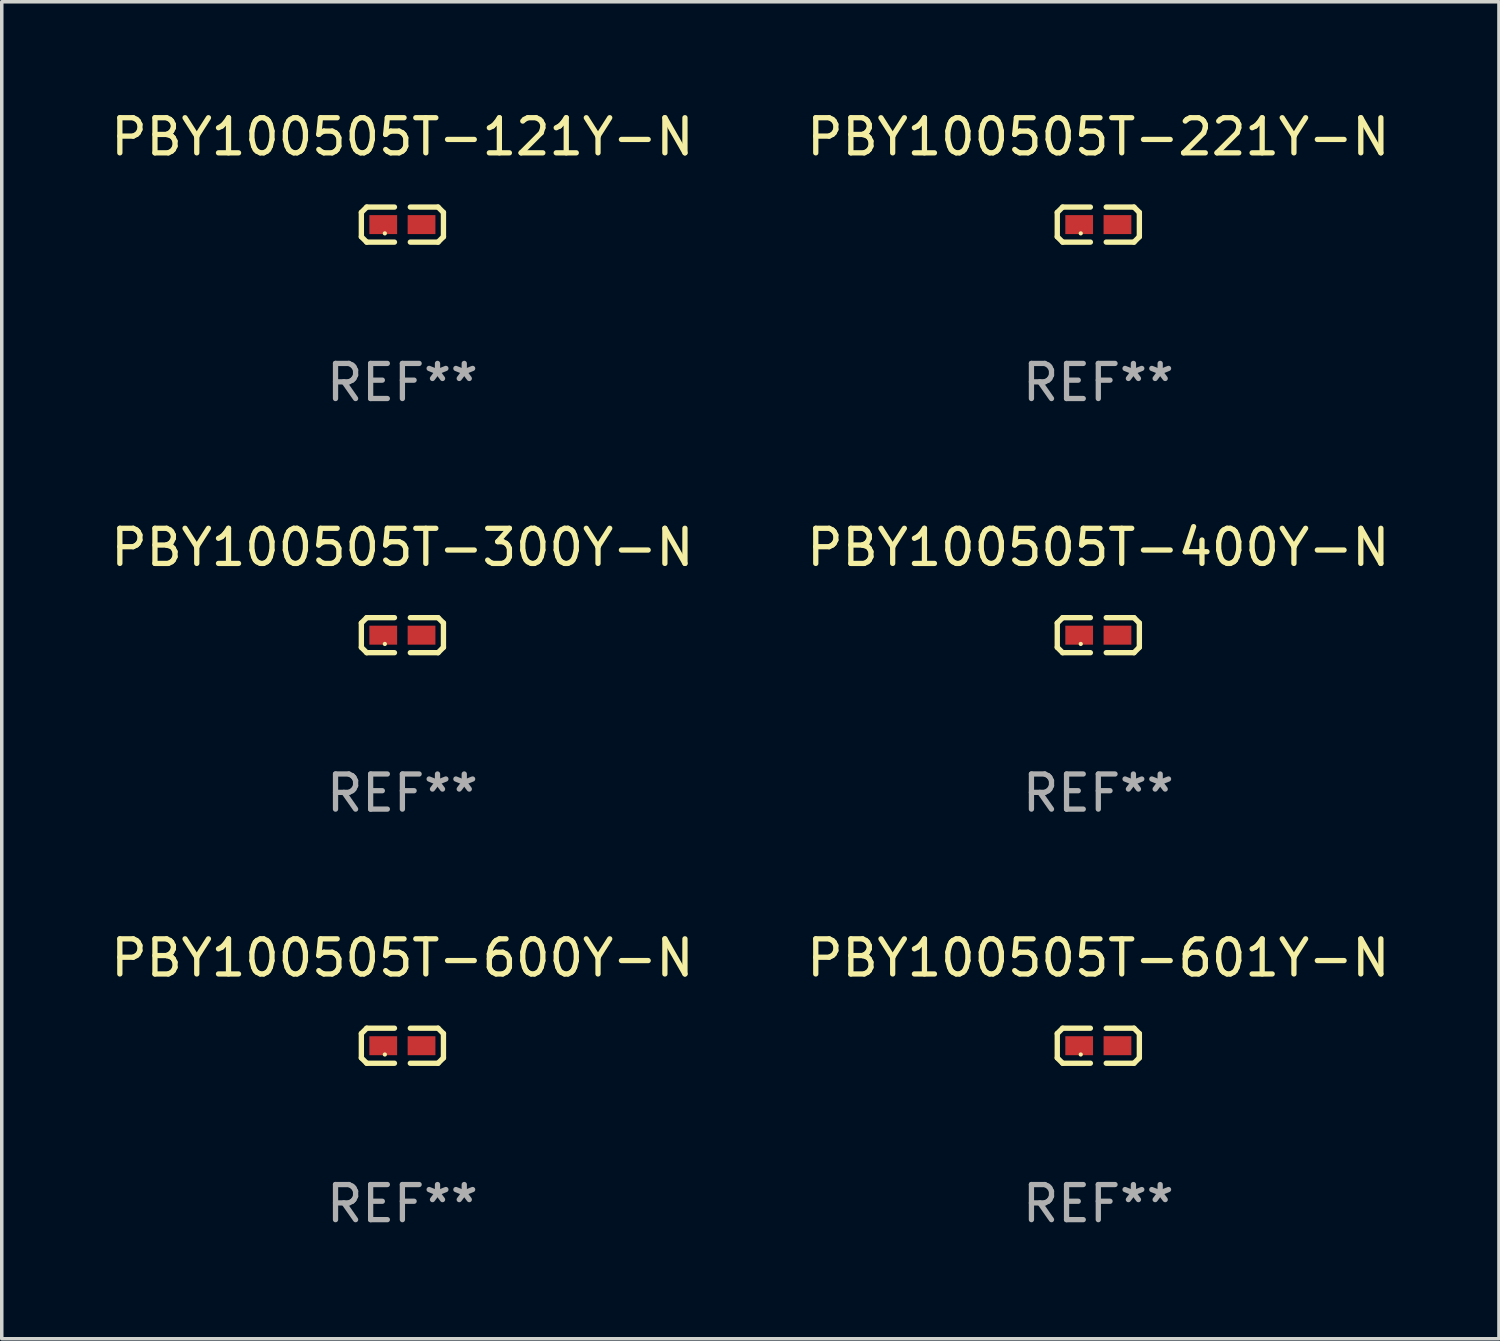
<source format=kicad_pcb>
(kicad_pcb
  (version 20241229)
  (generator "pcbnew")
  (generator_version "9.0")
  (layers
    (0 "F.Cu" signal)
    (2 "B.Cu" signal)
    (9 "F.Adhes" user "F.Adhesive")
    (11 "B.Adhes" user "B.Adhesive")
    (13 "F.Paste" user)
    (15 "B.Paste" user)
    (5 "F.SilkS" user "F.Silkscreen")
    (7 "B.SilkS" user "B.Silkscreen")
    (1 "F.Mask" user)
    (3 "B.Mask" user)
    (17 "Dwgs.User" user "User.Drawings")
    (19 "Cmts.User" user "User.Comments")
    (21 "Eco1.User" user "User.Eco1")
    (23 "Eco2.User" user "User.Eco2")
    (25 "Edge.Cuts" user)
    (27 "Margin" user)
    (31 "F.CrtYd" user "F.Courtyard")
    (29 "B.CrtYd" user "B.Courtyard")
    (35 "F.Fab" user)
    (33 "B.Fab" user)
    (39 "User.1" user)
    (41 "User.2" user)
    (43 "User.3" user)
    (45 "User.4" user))
  (footprint "PBY100505T-121Y-N"
    (layer "F.Cu")
    (at 8.411 3.347)
    (property "Reference" "PBY100505T-121Y-N" (at 0 -2.499 0) (layer "F.SilkS") (effects (font (size 1 1) (thickness 0.15))))
    (attr through_hole)
    (fp_line (start -1.169 -0.346) (end -1.016 -0.499) (stroke (width 0.152) (type solid)) (layer "F.SilkS"))
    (fp_line (start -1.169 0.346) (end -1.169 -0.346) (stroke (width 0.152) (type solid)) (layer "F.SilkS"))
    (fp_line (start -1.016 -0.499) (end -0.226 -0.499) (stroke (width 0.152) (type solid)) (layer "F.SilkS"))
    (fp_line (start -1.016 0.499) (end -1.169 0.346) (stroke (width 0.152) (type solid)) (layer "F.SilkS"))
    (fp_line (start -0.226 0.499) (end -1.016 0.499) (stroke (width 0.152) (type solid)) (layer "F.SilkS"))
    (fp_line (start 0.226 0.499) (end 1.016 0.499) (stroke (width 0.152) (type solid)) (layer "F.SilkS"))
    (fp_line (start 1.016 -0.499) (end 0.226 -0.499) (stroke (width 0.152) (type solid)) (layer "F.SilkS"))
    (fp_line (start 1.016 0.499) (end 1.169 0.346) (stroke (width 0.152) (type solid)) (layer "F.SilkS"))
    (fp_line (start 1.169 -0.346) (end 1.016 -0.499) (stroke (width 0.152) (type solid)) (layer "F.SilkS"))
    (fp_line (start 1.169 0.346) (end 1.169 -0.346) (stroke (width 0.152) (type solid)) (layer "F.SilkS"))
    (fp_circle (center -0.5 0.25) (end -0.47 0.25) (stroke (width 0.06) (type solid)) (fill no) (layer "F.SilkS"))
    (fp_text user "REF**" (at 0 4.499 0) (layer "F.Fab") (effects (font (size 1 1) (thickness 0.15))))
    (pad "1" smd rect (at -0.545 0) (size 0.79 0.54) (layers "F.Cu" "F.Mask" "F.Paste"))
    (pad "2" smd rect (at 0.545 0) (size 0.79 0.54) (layers "F.Cu" "F.Mask" "F.Paste")))
  (footprint "PBY100505T-221Y-N"
    (layer "F.Cu")
    (at 28.232 3.347)
    (property "Reference" "PBY100505T-221Y-N" (at 0 -2.499 0) (layer "F.SilkS") (effects (font (size 1 1) (thickness 0.15))))
    (attr through_hole)
    (fp_line (start -1.169 -0.346) (end -1.016 -0.499) (stroke (width 0.152) (type solid)) (layer "F.SilkS"))
    (fp_line (start -1.169 0.346) (end -1.169 -0.346) (stroke (width 0.152) (type solid)) (layer "F.SilkS"))
    (fp_line (start -1.016 -0.499) (end -0.226 -0.499) (stroke (width 0.152) (type solid)) (layer "F.SilkS"))
    (fp_line (start -1.016 0.499) (end -1.169 0.346) (stroke (width 0.152) (type solid)) (layer "F.SilkS"))
    (fp_line (start -0.226 0.499) (end -1.016 0.499) (stroke (width 0.152) (type solid)) (layer "F.SilkS"))
    (fp_line (start 0.226 0.499) (end 1.016 0.499) (stroke (width 0.152) (type solid)) (layer "F.SilkS"))
    (fp_line (start 1.016 -0.499) (end 0.226 -0.499) (stroke (width 0.152) (type solid)) (layer "F.SilkS"))
    (fp_line (start 1.016 0.499) (end 1.169 0.346) (stroke (width 0.152) (type solid)) (layer "F.SilkS"))
    (fp_line (start 1.169 -0.346) (end 1.016 -0.499) (stroke (width 0.152) (type solid)) (layer "F.SilkS"))
    (fp_line (start 1.169 0.346) (end 1.169 -0.346) (stroke (width 0.152) (type solid)) (layer "F.SilkS"))
    (fp_circle (center -0.5 0.25) (end -0.47 0.25) (stroke (width 0.06) (type solid)) (fill no) (layer "F.SilkS"))
    (fp_text user "REF**" (at 0 4.499 0) (layer "F.Fab") (effects (font (size 1 1) (thickness 0.15))))
    (pad "1" smd rect (at -0.545 0) (size 0.79 0.54) (layers "F.Cu" "F.Mask" "F.Paste"))
    (pad "2" smd rect (at 0.545 0) (size 0.79 0.54) (layers "F.Cu" "F.Mask" "F.Paste")))
  (footprint "PBY100505T-300Y-N"
    (layer "F.Cu")
    (at 8.411 15.041)
    (property "Reference" "PBY100505T-300Y-N" (at 0 -2.499 0) (layer "F.SilkS") (effects (font (size 1 1) (thickness 0.15))))
    (attr through_hole)
    (fp_line (start -1.169 -0.346) (end -1.016 -0.499) (stroke (width 0.152) (type solid)) (layer "F.SilkS"))
    (fp_line (start -1.169 0.346) (end -1.169 -0.346) (stroke (width 0.152) (type solid)) (layer "F.SilkS"))
    (fp_line (start -1.016 -0.499) (end -0.226 -0.499) (stroke (width 0.152) (type solid)) (layer "F.SilkS"))
    (fp_line (start -1.016 0.499) (end -1.169 0.346) (stroke (width 0.152) (type solid)) (layer "F.SilkS"))
    (fp_line (start -0.226 0.499) (end -1.016 0.499) (stroke (width 0.152) (type solid)) (layer "F.SilkS"))
    (fp_line (start 0.226 0.499) (end 1.016 0.499) (stroke (width 0.152) (type solid)) (layer "F.SilkS"))
    (fp_line (start 1.016 -0.499) (end 0.226 -0.499) (stroke (width 0.152) (type solid)) (layer "F.SilkS"))
    (fp_line (start 1.016 0.499) (end 1.169 0.346) (stroke (width 0.152) (type solid)) (layer "F.SilkS"))
    (fp_line (start 1.169 -0.346) (end 1.016 -0.499) (stroke (width 0.152) (type solid)) (layer "F.SilkS"))
    (fp_line (start 1.169 0.346) (end 1.169 -0.346) (stroke (width 0.152) (type solid)) (layer "F.SilkS"))
    (fp_circle (center -0.5 0.25) (end -0.47 0.25) (stroke (width 0.06) (type solid)) (fill no) (layer "F.SilkS"))
    (fp_text user "REF**" (at 0 4.499 0) (layer "F.Fab") (effects (font (size 1 1) (thickness 0.15))))
    (pad "1" smd rect (at -0.545 0) (size 0.79 0.54) (layers "F.Cu" "F.Mask" "F.Paste"))
    (pad "2" smd rect (at 0.545 0) (size 0.79 0.54) (layers "F.Cu" "F.Mask" "F.Paste")))
  (footprint "PBY100505T-400Y-N"
    (layer "F.Cu")
    (at 28.232 15.041)
    (property "Reference" "PBY100505T-400Y-N" (at 0 -2.499 0) (layer "F.SilkS") (effects (font (size 1 1) (thickness 0.15))))
    (attr through_hole)
    (fp_line (start -1.169 -0.346) (end -1.016 -0.499) (stroke (width 0.152) (type solid)) (layer "F.SilkS"))
    (fp_line (start -1.169 0.346) (end -1.169 -0.346) (stroke (width 0.152) (type solid)) (layer "F.SilkS"))
    (fp_line (start -1.016 -0.499) (end -0.226 -0.499) (stroke (width 0.152) (type solid)) (layer "F.SilkS"))
    (fp_line (start -1.016 0.499) (end -1.169 0.346) (stroke (width 0.152) (type solid)) (layer "F.SilkS"))
    (fp_line (start -0.226 0.499) (end -1.016 0.499) (stroke (width 0.152) (type solid)) (layer "F.SilkS"))
    (fp_line (start 0.226 0.499) (end 1.016 0.499) (stroke (width 0.152) (type solid)) (layer "F.SilkS"))
    (fp_line (start 1.016 -0.499) (end 0.226 -0.499) (stroke (width 0.152) (type solid)) (layer "F.SilkS"))
    (fp_line (start 1.016 0.499) (end 1.169 0.346) (stroke (width 0.152) (type solid)) (layer "F.SilkS"))
    (fp_line (start 1.169 -0.346) (end 1.016 -0.499) (stroke (width 0.152) (type solid)) (layer "F.SilkS"))
    (fp_line (start 1.169 0.346) (end 1.169 -0.346) (stroke (width 0.152) (type solid)) (layer "F.SilkS"))
    (fp_circle (center -0.5 0.25) (end -0.47 0.25) (stroke (width 0.06) (type solid)) (fill no) (layer "F.SilkS"))
    (fp_text user "REF**" (at 0 4.499 0) (layer "F.Fab") (effects (font (size 1 1) (thickness 0.15))))
    (pad "1" smd rect (at -0.545 0) (size 0.79 0.54) (layers "F.Cu" "F.Mask" "F.Paste"))
    (pad "2" smd rect (at 0.545 0) (size 0.79 0.54) (layers "F.Cu" "F.Mask" "F.Paste")))
  (footprint "PBY100505T-600Y-N"
    (layer "F.Cu")
    (at 8.411 26.734)
    (property "Reference" "PBY100505T-600Y-N" (at 0 -2.499 0) (layer "F.SilkS") (effects (font (size 1 1) (thickness 0.15))))
    (attr through_hole)
    (fp_line (start -1.169 -0.346) (end -1.016 -0.499) (stroke (width 0.152) (type solid)) (layer "F.SilkS"))
    (fp_line (start -1.169 0.346) (end -1.169 -0.346) (stroke (width 0.152) (type solid)) (layer "F.SilkS"))
    (fp_line (start -1.016 -0.499) (end -0.226 -0.499) (stroke (width 0.152) (type solid)) (layer "F.SilkS"))
    (fp_line (start -1.016 0.499) (end -1.169 0.346) (stroke (width 0.152) (type solid)) (layer "F.SilkS"))
    (fp_line (start -0.226 0.499) (end -1.016 0.499) (stroke (width 0.152) (type solid)) (layer "F.SilkS"))
    (fp_line (start 0.226 0.499) (end 1.016 0.499) (stroke (width 0.152) (type solid)) (layer "F.SilkS"))
    (fp_line (start 1.016 -0.499) (end 0.226 -0.499) (stroke (width 0.152) (type solid)) (layer "F.SilkS"))
    (fp_line (start 1.016 0.499) (end 1.169 0.346) (stroke (width 0.152) (type solid)) (layer "F.SilkS"))
    (fp_line (start 1.169 -0.346) (end 1.016 -0.499) (stroke (width 0.152) (type solid)) (layer "F.SilkS"))
    (fp_line (start 1.169 0.346) (end 1.169 -0.346) (stroke (width 0.152) (type solid)) (layer "F.SilkS"))
    (fp_circle (center -0.5 0.25) (end -0.47 0.25) (stroke (width 0.06) (type solid)) (fill no) (layer "F.SilkS"))
    (fp_text user "REF**" (at 0 4.499 0) (layer "F.Fab") (effects (font (size 1 1) (thickness 0.15))))
    (pad "1" smd rect (at -0.545 0) (size 0.79 0.54) (layers "F.Cu" "F.Mask" "F.Paste"))
    (pad "2" smd rect (at 0.545 0) (size 0.79 0.54) (layers "F.Cu" "F.Mask" "F.Paste")))
  (footprint "PBY100505T-601Y-N"
    (layer "F.Cu")
    (at 28.232 26.734)
    (property "Reference" "PBY100505T-601Y-N" (at 0 -2.499 0) (layer "F.SilkS") (effects (font (size 1 1) (thickness 0.15))))
    (attr through_hole)
    (fp_line (start -1.169 -0.346) (end -1.016 -0.499) (stroke (width 0.152) (type solid)) (layer "F.SilkS"))
    (fp_line (start -1.169 0.346) (end -1.169 -0.346) (stroke (width 0.152) (type solid)) (layer "F.SilkS"))
    (fp_line (start -1.016 -0.499) (end -0.226 -0.499) (stroke (width 0.152) (type solid)) (layer "F.SilkS"))
    (fp_line (start -1.016 0.499) (end -1.169 0.346) (stroke (width 0.152) (type solid)) (layer "F.SilkS"))
    (fp_line (start -0.226 0.499) (end -1.016 0.499) (stroke (width 0.152) (type solid)) (layer "F.SilkS"))
    (fp_line (start 0.226 0.499) (end 1.016 0.499) (stroke (width 0.152) (type solid)) (layer "F.SilkS"))
    (fp_line (start 1.016 -0.499) (end 0.226 -0.499) (stroke (width 0.152) (type solid)) (layer "F.SilkS"))
    (fp_line (start 1.016 0.499) (end 1.169 0.346) (stroke (width 0.152) (type solid)) (layer "F.SilkS"))
    (fp_line (start 1.169 -0.346) (end 1.016 -0.499) (stroke (width 0.152) (type solid)) (layer "F.SilkS"))
    (fp_line (start 1.169 0.346) (end 1.169 -0.346) (stroke (width 0.152) (type solid)) (layer "F.SilkS"))
    (fp_circle (center -0.5 0.25) (end -0.47 0.25) (stroke (width 0.06) (type solid)) (fill no) (layer "F.SilkS"))
    (fp_text user "REF**" (at 0 4.499 0) (layer "F.Fab") (effects (font (size 1 1) (thickness 0.15))))
    (pad "1" smd rect (at -0.545 0) (size 0.79 0.54) (layers "F.Cu" "F.Mask" "F.Paste"))
    (pad "2" smd rect (at 0.545 0) (size 0.79 0.54) (layers "F.Cu" "F.Mask" "F.Paste")))
  (gr_rect
    (start -3 -3)
    (end 39.643 35.081)
    (stroke (width 0.1) (type default))
    (fill no)
    (layer "Edge.Cuts")))
</source>
